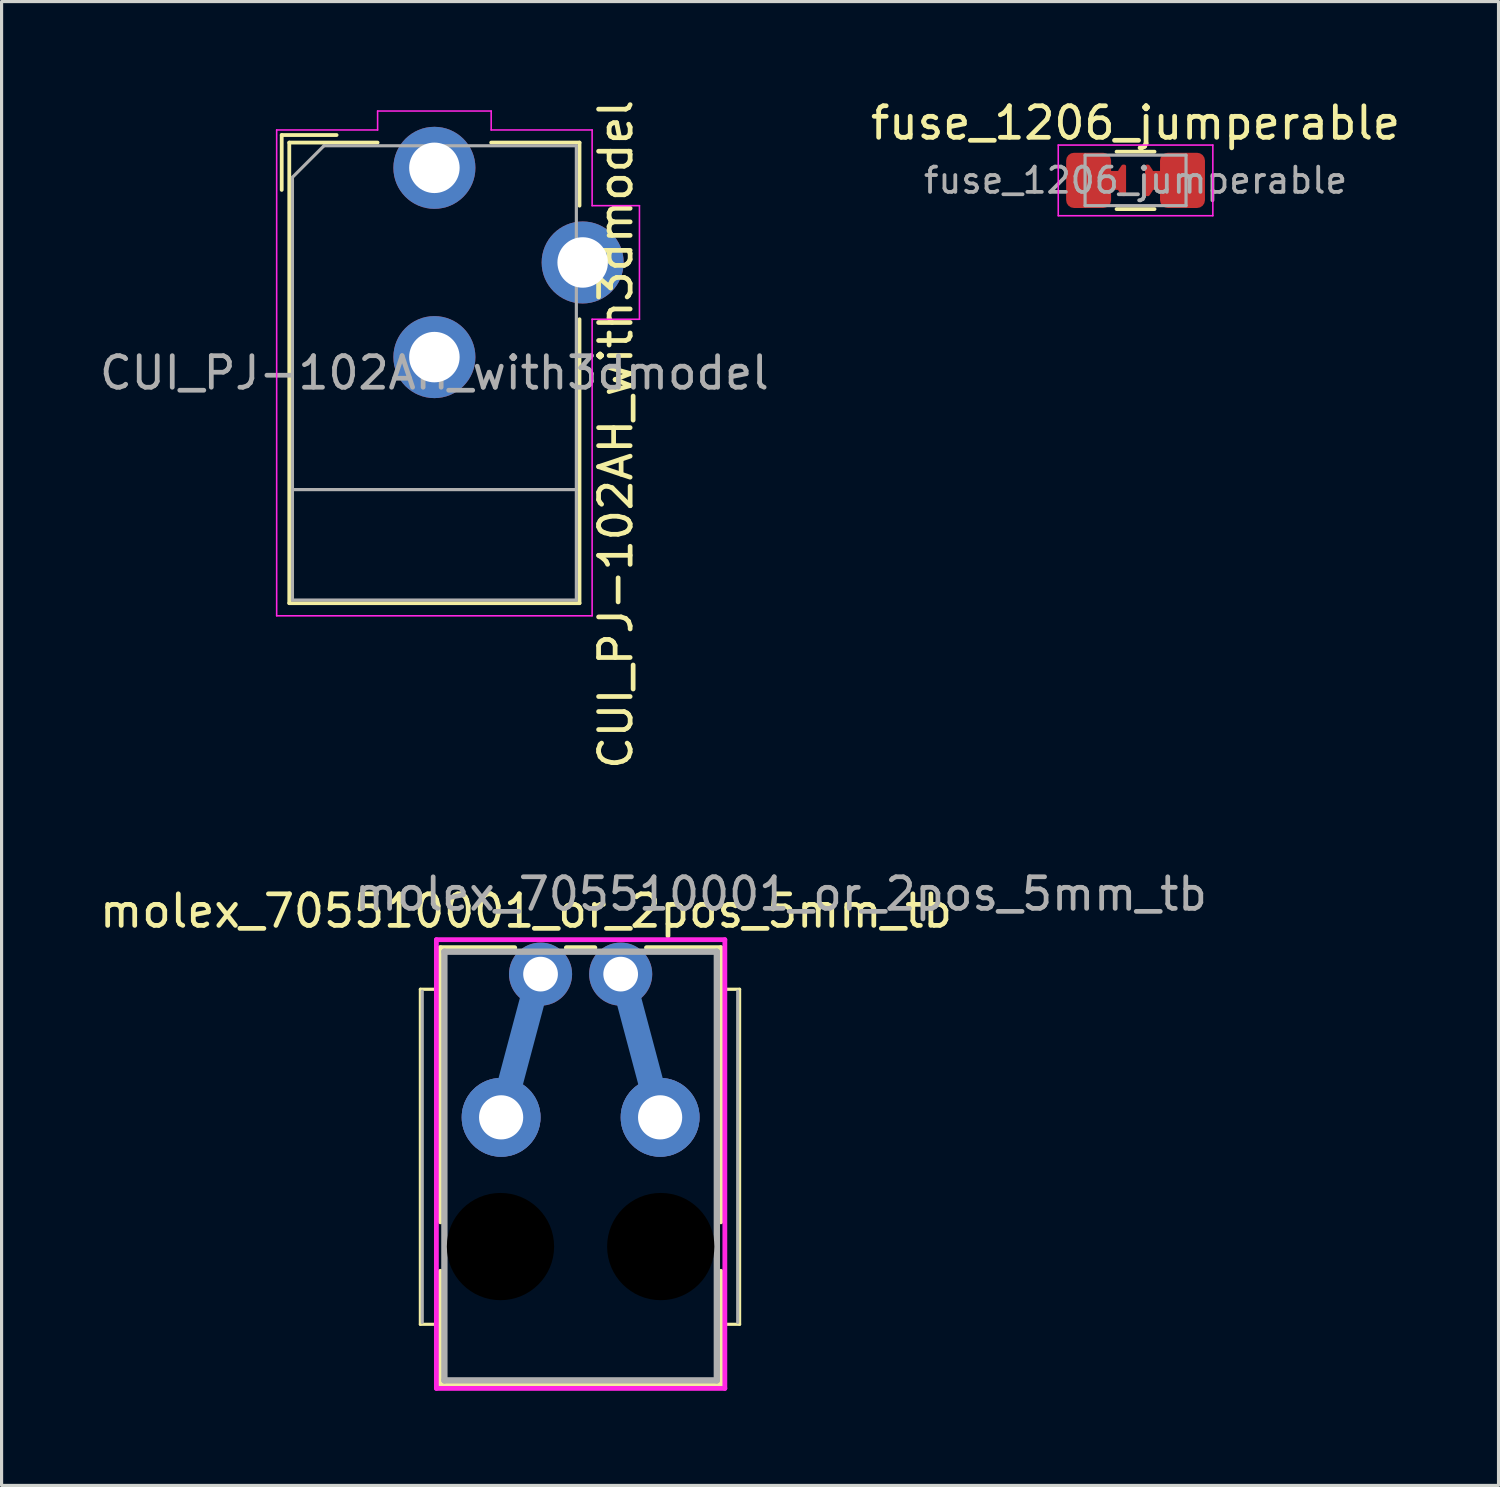
<source format=kicad_pcb>
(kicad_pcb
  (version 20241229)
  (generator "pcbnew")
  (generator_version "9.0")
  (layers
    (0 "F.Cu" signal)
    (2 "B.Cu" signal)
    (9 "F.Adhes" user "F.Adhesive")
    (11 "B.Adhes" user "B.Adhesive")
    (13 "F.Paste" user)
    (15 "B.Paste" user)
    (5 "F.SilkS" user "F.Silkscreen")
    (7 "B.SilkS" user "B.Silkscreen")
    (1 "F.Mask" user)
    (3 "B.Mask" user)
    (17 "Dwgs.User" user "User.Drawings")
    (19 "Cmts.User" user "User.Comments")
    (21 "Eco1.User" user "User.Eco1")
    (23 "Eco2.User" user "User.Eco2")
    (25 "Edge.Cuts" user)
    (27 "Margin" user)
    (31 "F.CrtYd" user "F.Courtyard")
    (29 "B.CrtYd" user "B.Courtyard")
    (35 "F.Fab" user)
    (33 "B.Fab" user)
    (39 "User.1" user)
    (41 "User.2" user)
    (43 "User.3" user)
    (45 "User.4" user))
  (footprint "CUI_PJ-102AH_with3dmodel"
    (layer "F.Cu")
    (at 10.72 2.27)
    (property "Reference" "CUI_PJ-102AH_with3dmodel" (at 5.75 8.45 270) (layer "F.SilkS") (effects (font (size 1 1) (thickness 0.15))))
    (attr through_hole)
    (fp_line (start -4.84 -1.04) (end -3.1 -1.04) (stroke (width 0.12) (type solid)) (layer "F.SilkS"))
    (fp_line (start -4.84 0.7) (end -4.84 -1.04) (stroke (width 0.12) (type solid)) (layer "F.SilkS"))
    (fp_line (start -4.6 -0.8) (end -1.8 -0.8) (stroke (width 0.12) (type solid)) (layer "F.SilkS"))
    (fp_line (start -4.6 13.8) (end -4.6 -0.8) (stroke (width 0.12) (type solid)) (layer "F.SilkS"))
    (fp_line (start 1.8 -0.8) (end 4.6 -0.8) (stroke (width 0.12) (type solid)) (layer "F.SilkS"))
    (fp_line (start 4.6 -0.8) (end 4.6 1.2) (stroke (width 0.12) (type solid)) (layer "F.SilkS"))
    (fp_line (start 4.6 4.8) (end 4.6 13.8) (stroke (width 0.12) (type solid)) (layer "F.SilkS"))
    (fp_line (start 4.6 13.8) (end -4.6 13.8) (stroke (width 0.12) (type solid)) (layer "F.SilkS"))
    (fp_line (start -5 -1.2) (end -1.8 -1.2) (stroke (width 0.05) (type solid)) (layer "F.CrtYd"))
    (fp_line (start -5 14.2) (end -5 -1.2) (stroke (width 0.05) (type solid)) (layer "F.CrtYd"))
    (fp_line (start -1.8 -1.8) (end 1.8 -1.8) (stroke (width 0.05) (type solid)) (layer "F.CrtYd"))
    (fp_line (start -1.8 -1.2) (end -1.8 -1.8) (stroke (width 0.05) (type solid)) (layer "F.CrtYd"))
    (fp_line (start 1.8 -1.8) (end 1.8 -1.2) (stroke (width 0.05) (type solid)) (layer "F.CrtYd"))
    (fp_line (start 1.8 -1.2) (end 5 -1.2) (stroke (width 0.05) (type solid)) (layer "F.CrtYd"))
    (fp_line (start 5 -1.2) (end 5 1.2) (stroke (width 0.05) (type solid)) (layer "F.CrtYd"))
    (fp_line (start 5 1.2) (end 6.5 1.2) (stroke (width 0.05) (type solid)) (layer "F.CrtYd"))
    (fp_line (start 5 4.8) (end 5 14.2) (stroke (width 0.05) (type solid)) (layer "F.CrtYd"))
    (fp_line (start 5 14.2) (end -5 14.2) (stroke (width 0.05) (type solid)) (layer "F.CrtYd"))
    (fp_line (start 6.5 1.2) (end 6.5 4.8) (stroke (width 0.05) (type solid)) (layer "F.CrtYd"))
    (fp_line (start 6.5 4.8) (end 5 4.8) (stroke (width 0.05) (type solid)) (layer "F.CrtYd"))
    (fp_line (start -4.5 0.3) (end -3.5 -0.7) (stroke (width 0.1) (type solid)) (layer "F.Fab"))
    (fp_line (start -4.5 10.2) (end 4.5 10.2) (stroke (width 0.1) (type solid)) (layer "F.Fab"))
    (fp_line (start -4.5 13.7) (end -4.5 0.3) (stroke (width 0.1) (type solid)) (layer "F.Fab"))
    (fp_line (start -3.5 -0.7) (end 4.5 -0.7) (stroke (width 0.1) (type solid)) (layer "F.Fab"))
    (fp_line (start 4.5 -0.7) (end 4.5 13.7) (stroke (width 0.1) (type solid)) (layer "F.Fab"))
    (fp_line (start 4.5 13.7) (end -4.5 13.7) (stroke (width 0.1) (type solid)) (layer "F.Fab"))
    (fp_text user "${REFERENCE}" (at 0 6.5 180) (layer "F.Fab") (effects (font (size 1 1) (thickness 0.15))))
    (pad "1" thru_hole circle (at 0 0) (size 2.6 2.6) (drill 1.6) (layers "*.Cu" "*.Mask"))
    (pad "2" thru_hole circle (at 0 6) (size 2.6 2.6) (drill 1.6) (layers "*.Cu" "*.Mask"))
    (pad "3" thru_hole circle (at 4.7 3) (size 2.6 2.6) (drill 1.6) (layers "*.Cu" "*.Mask")))
  (footprint "fuse_1206_jumperable"
    (layer "F.Cu")
    (at 32.946 2.668)
    (property "Reference" "fuse_1206_jumperable" (at 0 -1.82 0) (layer "F.SilkS") (effects (font (size 1 1) (thickness 0.15))))
    (attr smd)
    (fp_poly (pts (xy -0.53 -0.25) (xy -0.4 -0.45) (xy 0 -0.45) (xy 0 0.45) (xy -0.4 0.45) (xy -0.53 0.25)) (stroke (width 0.125) (type solid)) (fill yes) (layer "F.Mask"))
    (fp_poly (pts (xy 0.53 0.25) (xy 0.4 0.45) (xy 0 0.45) (xy 0 -0.45) (xy 0.4 -0.45) (xy 0.53 -0.25)) (stroke (width 0.125) (type solid)) (fill yes) (layer "F.Mask"))
    (fp_line (start -0.602 -0.91) (end 0.602 -0.91) (stroke (width 0.12) (type solid)) (layer "F.SilkS"))
    (fp_line (start -0.602 0.91) (end 0.602 0.91) (stroke (width 0.12) (type solid)) (layer "F.SilkS"))
    (fp_line (start -2.45 -1.12) (end 2.45 -1.12) (stroke (width 0.05) (type solid)) (layer "F.CrtYd"))
    (fp_line (start -2.45 1.12) (end -2.45 -1.12) (stroke (width 0.05) (type solid)) (layer "F.CrtYd"))
    (fp_line (start 2.45 -1.12) (end 2.45 1.12) (stroke (width 0.05) (type solid)) (layer "F.CrtYd"))
    (fp_line (start 2.45 1.12) (end -2.45 1.12) (stroke (width 0.05) (type solid)) (layer "F.CrtYd"))
    (fp_line (start -1.6 -0.8) (end 1.6 -0.8) (stroke (width 0.1) (type solid)) (layer "F.Fab"))
    (fp_line (start -1.6 0.8) (end -1.6 -0.8) (stroke (width 0.1) (type solid)) (layer "F.Fab"))
    (fp_line (start 1.6 -0.8) (end 1.6 0.8) (stroke (width 0.1) (type solid)) (layer "F.Fab"))
    (fp_line (start 1.6 0.8) (end -1.6 0.8) (stroke (width 0.1) (type solid)) (layer "F.Fab"))
    (fp_text user "${REFERENCE}" (at 0 0 0) (layer "F.Fab") (effects (font (size 0.8 0.8) (thickness 0.12))))
    (pad "1" smd roundrect (at -1.488 0) (size 1.425 1.75) (layers "F.Cu" "F.Mask" "F.Paste") (roundrect_rratio 0.175))
    (pad "1" smd custom (at -0.7 0) (size 0.05 0.05) (layers "F.Cu") (options (anchor circle)) (primitives (gr_poly (pts (xy -0.025 -0.013) (xy -0.024 -0.017) (xy -0.021 -0.021) (xy -0.017 -0.024) (xy -0.013 -0.025) (xy 0.013 -0.025) (xy 0.017 -0.024) (xy 0.021 -0.021) (xy 0.024 -0.017) (xy 0.025 -0.013) (xy 0.025 0.013) (xy 0.024 0.017) (xy 0.021 0.021) (xy 0.017 0.024) (xy 0.013 0.025) (xy -0.013 0.025) (xy -0.017 0.024) (xy -0.021 0.021) (xy -0.024 0.017) (xy -0.025 0.013)) (width 0) (fill yes)) (gr_rect (start -0.2 -0.2) (end 0.3 0.2) (width 0.2) (fill yes)) (gr_poly (pts (xy 0.2 -0.3) (xy 0.3 -0.45) (xy 0.35 -0.45) (xy 0.35 0.45) (xy 0.3 0.45) (xy 0.2 0.3)) (width 0.1) (fill yes))))
    (pad "2" smd custom (at 0.7 0 180) (size 0.05 0.05) (layers "F.Cu") (options (anchor circle)) (primitives (gr_poly (pts (xy -0.025 -0.013) (xy -0.024 -0.017) (xy -0.021 -0.021) (xy -0.017 -0.024) (xy -0.013 -0.025) (xy 0.013 -0.025) (xy 0.017 -0.024) (xy 0.021 -0.021) (xy 0.024 -0.017) (xy 0.025 -0.013) (xy 0.025 0.013) (xy 0.024 0.017) (xy 0.021 0.021) (xy 0.017 0.024) (xy 0.013 0.025) (xy -0.013 0.025) (xy -0.017 0.024) (xy -0.021 0.021) (xy -0.024 0.017) (xy -0.025 0.013)) (width 0) (fill yes)) (gr_rect (start -0.2 -0.2) (end 0.3 0.2) (width 0.2) (fill yes)) (gr_poly (pts (xy 0.2 -0.3) (xy 0.3 -0.45) (xy 0.35 -0.45) (xy 0.35 0.45) (xy 0.3 0.45) (xy 0.2 0.3)) (width 0.1) (fill yes))))
    (pad "2" smd roundrect (at 1.488 0) (size 1.425 1.75) (layers "F.Cu" "F.Mask" "F.Paste") (roundrect_rratio 0.175)))
  (footprint "molex_705510001_or_2pos_5mm_tb"
    (layer "F.Cu")
    (at 15.355 27.829)
    (property "Reference" "molex_705510001_or_2pos_5mm_tb" (at -1.73 -2 0) (unlocked yes) (layer "F.SilkS") (effects (font (size 1 1) (thickness 0.15))))
    (attr through_hole)
    (fp_line (start -5.08 0.48) (end -4.445 0.48) (stroke (width 0.1) (type default)) (layer "F.SilkS"))
    (fp_line (start -5.08 11.1) (end -5.08 0.48) (stroke (width 0.1) (type solid)) (layer "F.SilkS"))
    (fp_line (start -5.08 11.1) (end -4.445 11.1) (stroke (width 0.1) (type default)) (layer "F.SilkS"))
    (fp_line (start -4.445 -0.838) (end -4.445 7.852) (stroke (width 0.152) (type solid)) (layer "F.SilkS"))
    (fp_line (start -4.445 9.42) (end -4.445 13.005) (stroke (width 0.152) (type solid)) (layer "F.SilkS"))
    (fp_line (start -4.445 13.005) (end 4.445 13.005) (stroke (width 0.152) (type solid)) (layer "F.SilkS"))
    (fp_line (start -2.088 -0.838) (end -4.445 -0.838) (stroke (width 0.152) (type solid)) (layer "F.SilkS"))
    (fp_line (start 0.452 -0.838) (end -0.452 -0.838) (stroke (width 0.152) (type solid)) (layer "F.SilkS"))
    (fp_line (start 4.445 -0.838) (end 2.088 -0.838) (stroke (width 0.152) (type solid)) (layer "F.SilkS"))
    (fp_line (start 4.445 7.852) (end 4.445 -0.838) (stroke (width 0.152) (type solid)) (layer "F.SilkS"))
    (fp_line (start 4.445 13.005) (end 4.445 9.42) (stroke (width 0.152) (type solid)) (layer "F.SilkS"))
    (fp_line (start 5.04 0.48) (end 4.445 0.48) (stroke (width 0.1) (type default)) (layer "F.SilkS"))
    (fp_line (start 5.04 11.1) (end 4.445 11.1) (stroke (width 0.1) (type default)) (layer "F.SilkS"))
    (fp_line (start 5.04 11.1) (end 5.04 0.48) (stroke (width 0.1) (type solid)) (layer "F.SilkS"))
    (fp_line (start -4.572 -1.092) (end -4.572 13.132) (stroke (width 0.152) (type solid)) (layer "F.CrtYd"))
    (fp_line (start -4.572 13.132) (end 4.572 13.132) (stroke (width 0.152) (type solid)) (layer "F.CrtYd"))
    (fp_line (start 4.572 -1.092) (end -4.572 -1.092) (stroke (width 0.152) (type solid)) (layer "F.CrtYd"))
    (fp_line (start 4.572 13.132) (end 4.572 -1.092) (stroke (width 0.152) (type solid)) (layer "F.CrtYd"))
    (fp_line (start -5.02 11.04) (end -5.02 0.54) (stroke (width 0.1) (type solid)) (layer "F.Fab"))
    (fp_line (start -4.318 -0.711) (end -4.318 12.878) (stroke (width 0.2) (type solid)) (layer "F.Fab"))
    (fp_line (start -4.318 12.878) (end 4.318 12.878) (stroke (width 0.2) (type solid)) (layer "F.Fab"))
    (fp_line (start 4.318 -0.711) (end -4.318 -0.711) (stroke (width 0.2) (type solid)) (layer "F.Fab"))
    (fp_line (start 4.318 12.878) (end 4.318 -0.711) (stroke (width 0.2) (type solid)) (layer "F.Fab"))
    (fp_line (start 4.98 0.54) (end 4.98 11.04) (stroke (width 0.1) (type solid)) (layer "F.Fab"))
    (fp_text user "${REFERENCE}" (at 6.35 -2.54 0) (unlocked yes) (layer "F.Fab") (effects (font (size 1 1) (thickness 0.15))))
    (pad "" np_thru_hole circle (at -2.54 8.636) (size 3.4 3.4) (drill 3.4) (layers))
    (pad "" np_thru_hole circle (at 2.54 8.636) (size 3.4 3.4) (drill 3.4) (layers))
    (pad "1" thru_hole circle (at 1.27 0) (size 2 2) (drill 1.1) (layers "*.Cu" "*.Mask"))
    (pad "1" thru_hole circle (at 2.52 4.54 180) (size 2.5 2.5) (drill 1.4) (layers "*.Cu" "*.Mask"))
    (pad "1" smd custom (at 2.52 4.54 180) (size 2.5 2.5) (layers "B.Cu") (options (anchor circle)) (primitives (gr_line (start 0 0) (end 1.21 4.54) (width 0.8))))
    (pad "2" thru_hole circle (at -2.52 4.54 180) (size 2.5 2.5) (drill 1.4) (layers "*.Cu" "*.Mask"))
    (pad "2" smd custom (at -2.52 4.54 180) (size 2.5 2.5) (layers "B.Cu") (options (anchor circle)) (primitives (gr_line (start -1.21 4.54) (end 0 0) (width 0.8))))
    (pad "2" thru_hole circle (at -1.27 0) (size 2 2) (drill 1.1) (layers "*.Cu" "*.Mask")))
  (gr_rect
    (start -3 -3)
    (end 44.452 44.037)
    (stroke (width 0.1) (type default))
    (fill no)
    (layer "Edge.Cuts")))
</source>
